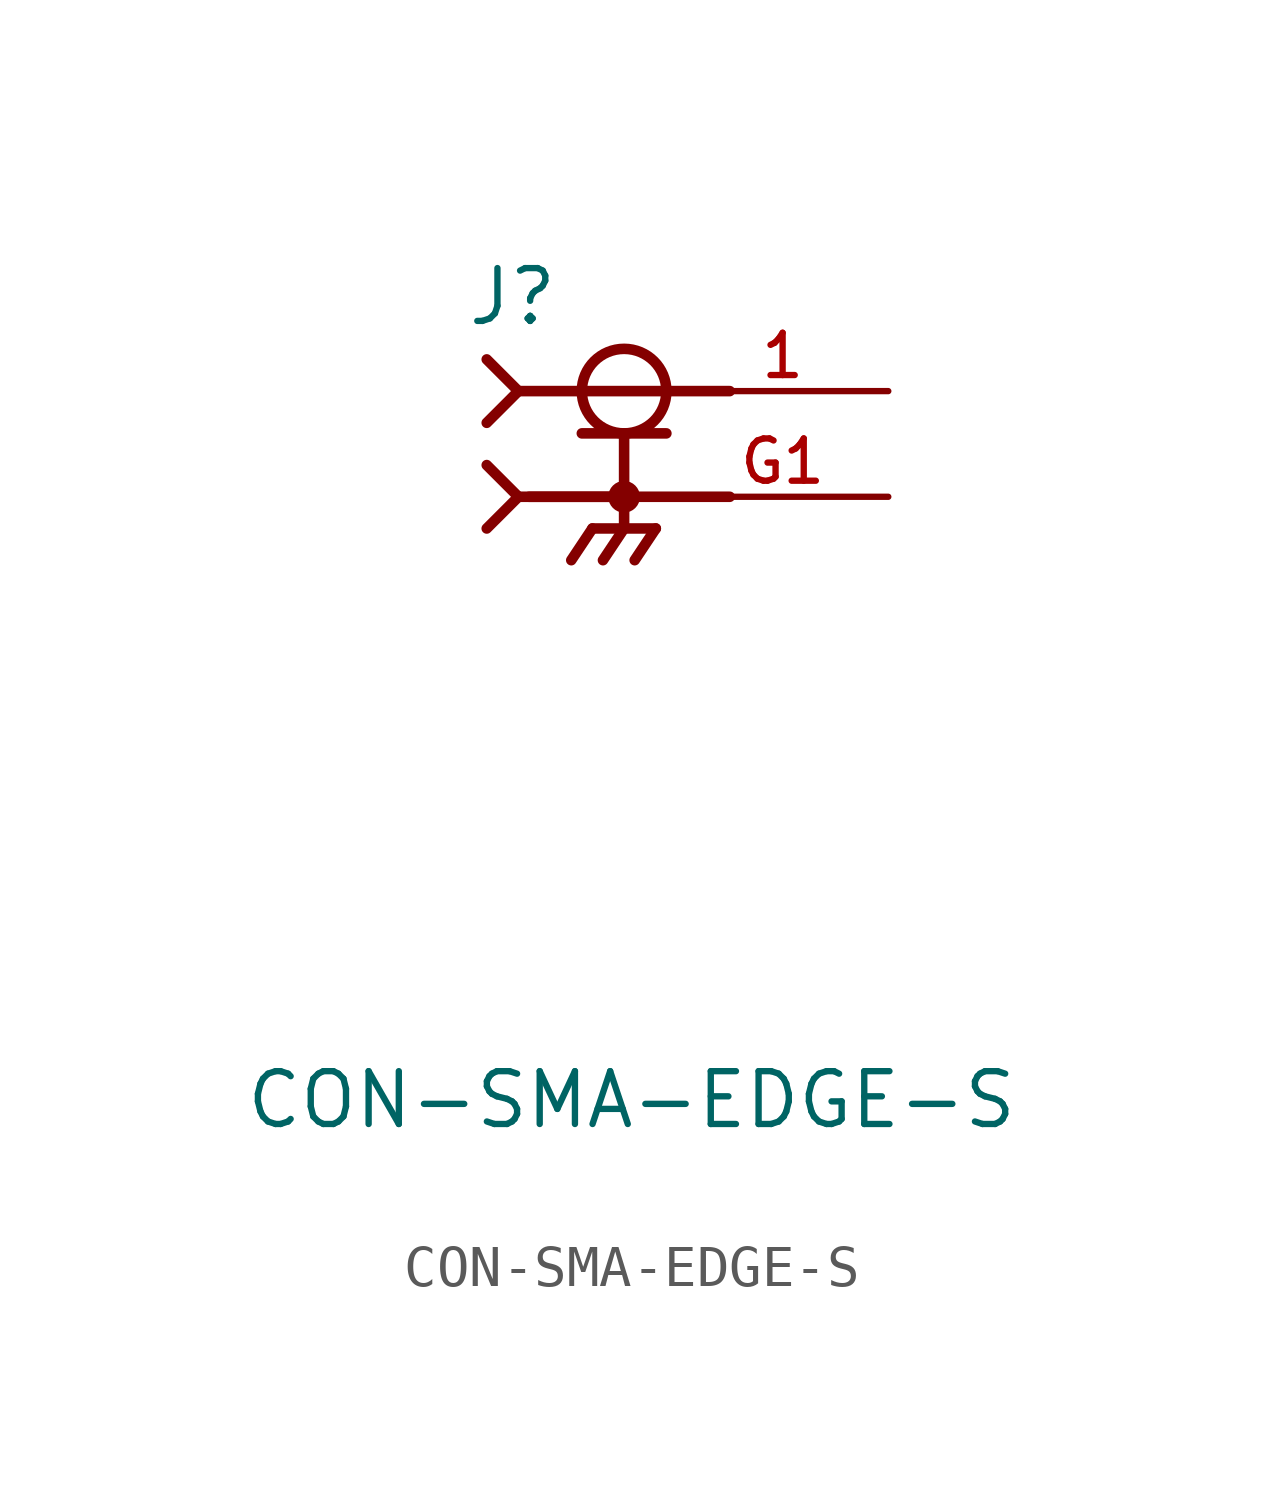
<source format=kicad_sym>
(kicad_symbol_lib
  (version 20241209)
  (generator "kicad_symbol_editor")
  (generator_version "9.0")
  (symbol "CON-SMA-EDGE-S"
    (pin_names
      (offset 1.016))
    (property "Reference" "J"
      (at -3.81 4.064 0)
      (effects (font (size 1.27 1.27)) (justify left bottom)))
    (property "Value" "CON-SMA-EDGE-S"
      (at -9.144 -15.24 0)
      (effects (font (size 1.27 1.27)) (justify left bottom)))
    (symbol "CON-SMA-EDGE-S_0_0"
      (polyline (pts (xy -3.302 3.302) (xy -2.54 2.54)) (stroke (width 0.254) (type default)) (fill (type none)))
      (polyline (pts (xy -3.302 1.778) (xy -2.54 2.54)) (stroke (width 0.254) (type default)) (fill (type none)))
      (polyline (pts (xy -3.302 0.762) (xy -2.54 0)) (stroke (width 0.254) (type default)) (fill (type none)))
      (polyline (pts (xy -3.302 -0.762) (xy -2.54 0)) (stroke (width 0.254) (type default)) (fill (type none)))
      (polyline (pts (xy -2.54 2.54) (xy 2.54 2.54)) (stroke (width 0.254) (type default)) (fill (type none)))
      (polyline (pts (xy -2.54 0) (xy 0 0)) (stroke (width 0.254) (type default)) (fill (type none)))
      (polyline (pts (xy -1.016 1.524) (xy 0 1.524)) (stroke (width 0.254) (type default)) (fill (type none)))
      (polyline (pts (xy -0.762 -0.762) (xy -1.27 -1.524)) (stroke (width 0.254) (type default)) (fill (type none)))
      (circle (center 0 2.54) (radius 1.016) (stroke (width 0.254) (type default)) (fill (type none)))
      (polyline (pts (xy 0 1.524) (xy 0 0)) (stroke (width 0.254) (type default)) (fill (type none)))
      (polyline (pts (xy 0 1.524) (xy 1.016 1.524)) (stroke (width 0.254) (type default)) (fill (type none)))
      (polyline (pts (xy 0 0) (xy -2.286 0)) (stroke (width 0.254) (type default)) (fill (type none)))
      (polyline (pts (xy 0 0) (xy 0 -0.762)) (stroke (width 0.254) (type default)) (fill (type none)))
      (circle (center 0 0) (radius 0.254) (stroke (width 0.254) (type default)) (fill (type none)))
      (polyline (pts (xy 0 -0.762) (xy -0.508 -1.524)) (stroke (width 0.254) (type default)) (fill (type none)))
      (polyline (pts (xy 0.762 -0.762) (xy -0.762 -0.762)) (stroke (width 0.254) (type default)) (fill (type none)))
      (polyline (pts (xy 0.762 -0.762) (xy 0.254 -1.524)) (stroke (width 0.254) (type default)) (fill (type none)))
      (polyline (pts (xy 2.54 0) (xy 0 0)) (stroke (width 0.254) (type default)) (fill (type none)))
      (pin passive line (at 6.35 2.54 180) (length 5.08) (name "~" (effects (font (size 1.016 1.016)))) (number "1" (effects (font (size 1.016 1.016))))))
    (symbol "CON-SMA-EDGE-S_1_0"
      (pin passive line (at 6.35 0 180) (length 5.08) (name "~" (effects (font (size 1.016 1.016)))) (number "G1" (effects (font (size 1.016 1.016)))))
      (pin passive line (at 6.35 0 180) (length 5.08) (hide yes) (name "~" (effects (font (size 1.016 1.016)))) (number "G2" (effects (font (size 1.016 1.016)))))
      (pin passive line (at 6.35 0 180) (length 5.08) (hide yes) (name "~" (effects (font (size 1.016 1.016)))) (number "G3" (effects (font (size 1.016 1.016)))))
      (pin passive line (at 6.35 0 180) (length 5.08) (hide yes) (name "~" (effects (font (size 1.016 1.016)))) (number "G4" (effects (font (size 1.016 1.016))))))))
</source>
